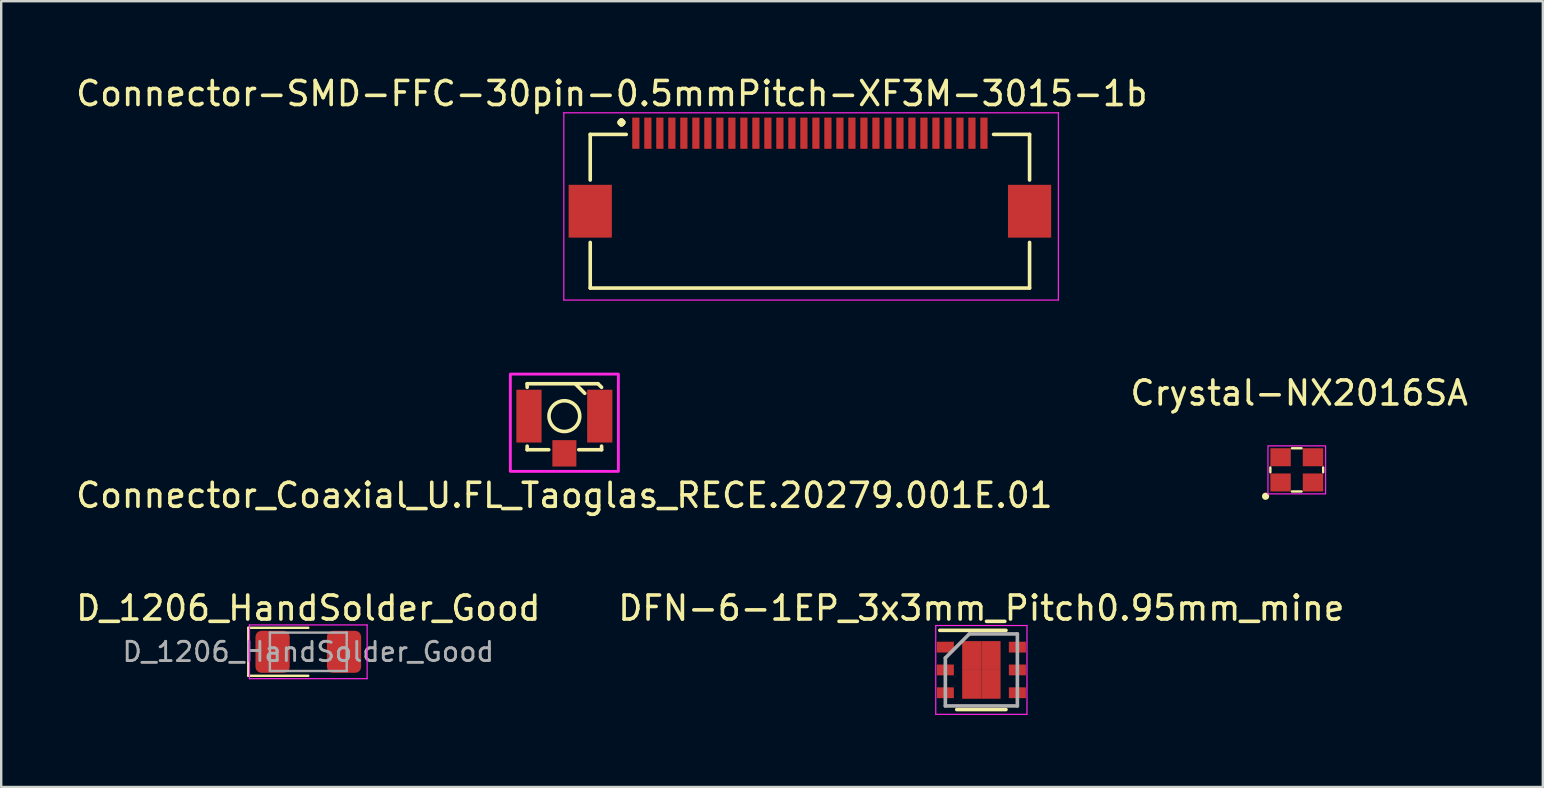
<source format=kicad_pcb>
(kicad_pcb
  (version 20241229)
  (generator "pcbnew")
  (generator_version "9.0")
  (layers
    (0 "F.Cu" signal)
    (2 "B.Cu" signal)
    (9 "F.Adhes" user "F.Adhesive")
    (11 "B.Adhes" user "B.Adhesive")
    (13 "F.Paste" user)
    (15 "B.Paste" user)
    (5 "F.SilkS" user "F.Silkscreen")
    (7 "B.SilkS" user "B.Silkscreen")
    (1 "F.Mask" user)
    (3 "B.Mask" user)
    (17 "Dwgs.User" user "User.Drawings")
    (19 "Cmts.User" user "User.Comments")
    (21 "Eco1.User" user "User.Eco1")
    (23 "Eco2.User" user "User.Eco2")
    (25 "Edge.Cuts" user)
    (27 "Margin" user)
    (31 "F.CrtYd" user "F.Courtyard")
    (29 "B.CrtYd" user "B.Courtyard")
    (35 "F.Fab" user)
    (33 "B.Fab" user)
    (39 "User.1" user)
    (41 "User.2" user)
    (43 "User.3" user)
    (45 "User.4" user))
  (footprint "D_1206_HandSolder_Good"
    (layer "F.Cu")
    (at 9.792 24.1)
    (property "Reference" "D_1206_HandSolder_Good" (at 0 -1.82 180) (layer "F.SilkS") (effects (font (size 1 1) (thickness 0.15))))
    (attr smd)
    (fp_line (start -2.5 -1) (end -2.5 1) (stroke (width 0.1) (type solid)) (layer "F.SilkS"))
    (fp_line (start -2.5 1) (end 0 1) (stroke (width 0.1) (type solid)) (layer "F.SilkS"))
    (fp_line (start 0 -1) (end -2.5 -1) (stroke (width 0.1) (type solid)) (layer "F.SilkS"))
    (fp_line (start -2.45 -1.12) (end 2.45 -1.12) (stroke (width 0.05) (type solid)) (layer "F.CrtYd"))
    (fp_line (start -2.45 1.12) (end -2.45 -1.12) (stroke (width 0.05) (type solid)) (layer "F.CrtYd"))
    (fp_line (start 2.45 -1.12) (end 2.45 1.12) (stroke (width 0.05) (type solid)) (layer "F.CrtYd"))
    (fp_line (start 2.45 1.12) (end -2.45 1.12) (stroke (width 0.05) (type solid)) (layer "F.CrtYd"))
    (fp_line (start -1.6 -0.8) (end 1.6 -0.8) (stroke (width 0.1) (type solid)) (layer "F.Fab"))
    (fp_line (start -1.6 0.8) (end -1.6 -0.8) (stroke (width 0.1) (type solid)) (layer "F.Fab"))
    (fp_line (start 1.6 -0.8) (end 1.6 0.8) (stroke (width 0.1) (type solid)) (layer "F.Fab"))
    (fp_line (start 1.6 0.8) (end -1.6 0.8) (stroke (width 0.1) (type solid)) (layer "F.Fab"))
    (fp_text user "${REFERENCE}" (at 0 0 180) (layer "F.Fab") (effects (font (size 0.8 0.8) (thickness 0.12))))
    (pad "1" smd roundrect (at -1.488 0) (size 1.425 1.75) (layers "F.Cu" "F.Mask" "F.Paste") (roundrect_rratio 0.175))
    (pad "2" smd roundrect (at 1.488 0) (size 1.425 1.75) (layers "F.Cu" "F.Mask" "F.Paste") (roundrect_rratio 0.175)))
  (footprint "Connector_Coaxial_U.FL_Taoglas_RECE.20279.001E.01"
    (layer "F.Cu")
    (at 20.458 14.283)
    (property "Reference" "Connector_Coaxial_U.FL_Taoglas_RECE.20279.001E.01" (at 0 3.3 0) (unlocked yes) (layer "F.SilkS") (effects (font (size 1 1) (thickness 0.15))))
    (attr smd)
    (fp_line (start -1.55 -1.35) (end -1.55 -1.2) (stroke (width 0.15) (type solid)) (layer "F.SilkS"))
    (fp_line (start -1.55 1.25) (end -1.55 1.4) (stroke (width 0.15) (type solid)) (layer "F.SilkS"))
    (fp_line (start -1.55 1.4) (end -0.65 1.4) (stroke (width 0.15) (type solid)) (layer "F.SilkS"))
    (fp_line (start 0.45 -1.35) (end 0.85 -0.95) (stroke (width 0.15) (type solid)) (layer "F.SilkS"))
    (fp_line (start 0.6 1.4) (end 1.55 1.4) (stroke (width 0.15) (type solid)) (layer "F.SilkS"))
    (fp_line (start 1.4 -1.35) (end -1.55 -1.35) (stroke (width 0.15) (type solid)) (layer "F.SilkS"))
    (fp_line (start 1.55 -1.2) (end 1.4 -1.35) (stroke (width 0.15) (type solid)) (layer "F.SilkS"))
    (fp_line (start 1.55 1.4) (end 1.55 1.25) (stroke (width 0.15) (type solid)) (layer "F.SilkS"))
    (fp_circle (center 0 0) (end 0.5 0.4) (stroke (width 0.15) (type solid)) (fill no) (layer "F.SilkS"))
    (fp_rect (start -2.25 -1.75) (end 2.25 2.3) (stroke (width 0.12) (type solid)) (fill no) (layer "F.CrtYd"))
    (pad "1" smd rect (at 0 1.55) (size 1 1.1) (layers "F.Cu" "F.Mask" "F.Paste"))
    (pad "2" smd rect (at -1.475 0) (size 1.05 2.2) (layers "F.Cu" "F.Mask" "F.Paste"))
    (pad "2" smd rect (at 1.475 0) (size 1.05 2.2) (layers "F.Cu" "F.Mask" "F.Paste")))
  (footprint "Crystal-NX2016SA"
    (layer "F.Cu")
    (at 50.965 16.521)
    (property "Reference" "Crystal-NX2016SA" (at 0.1 -3.2 0) (unlocked yes) (layer "F.SilkS") (effects (font (size 1 1) (thickness 0.15))))
    (attr smd)
    (fp_line (start -1.1 0.1) (end -1.1 -0.1) (stroke (width 0.1) (type default)) (layer "F.SilkS"))
    (fp_line (start -0.2 -0.9) (end 0.2 -0.9) (stroke (width 0.1) (type default)) (layer "F.SilkS"))
    (fp_line (start -0.2 0.9) (end 0.2 0.9) (stroke (width 0.1) (type default)) (layer "F.SilkS"))
    (fp_line (start 1.1 0.1) (end 1.1 -0.1) (stroke (width 0.1) (type default)) (layer "F.SilkS"))
    (fp_circle (center -1.3 1.1) (end -1.2 1.1) (stroke (width 0.1) (type solid)) (fill yes) (layer "F.SilkS"))
    (fp_rect (start -1.2 -1) (end 1.2 1) (stroke (width 0.05) (type default)) (fill no) (layer "F.CrtYd"))
    (pad "1" smd rect (at -0.675 0.525) (size 0.85 0.75) (layers "F.Cu" "F.Mask" "F.Paste"))
    (pad "2" smd rect (at 0.675 0.525) (size 0.85 0.75) (layers "F.Cu" "F.Mask" "F.Paste"))
    (pad "3" smd rect (at 0.675 -0.525) (size 0.85 0.75) (layers "F.Cu" "F.Mask" "F.Paste"))
    (pad "4" smd rect (at -0.675 -0.525) (size 0.85 0.75) (layers "F.Cu" "F.Mask" "F.Paste")))
  (footprint "Connector-SMD-FFC-30pin-0.5mmPitch-XF3M-3015-1b"
    (layer "F.Cu")
    (at 23.435 3.148)
    (property "Reference" "Connector-SMD-FFC-30pin-0.5mmPitch-XF3M-3015-1b" (at -1 -2.3 0) (layer "F.SilkS") (effects (font (size 1 1) (thickness 0.15))))
    (attr through_hole)
    (fp_line (start -1.9 -0.6) (end -1.9 1.3) (stroke (width 0.15) (type solid)) (layer "F.SilkS"))
    (fp_line (start -1.9 3.9) (end -1.9 5.8) (stroke (width 0.15) (type solid)) (layer "F.SilkS"))
    (fp_line (start -1.9 5.8) (end 16.4 5.8) (stroke (width 0.15) (type solid)) (layer "F.SilkS"))
    (fp_line (start -0.4 -0.6) (end -1.9 -0.6) (stroke (width 0.15) (type solid)) (layer "F.SilkS"))
    (fp_line (start 16.4 -0.6) (end 14.9 -0.6) (stroke (width 0.15) (type solid)) (layer "F.SilkS"))
    (fp_line (start 16.4 1.3) (end 16.4 -0.6) (stroke (width 0.15) (type solid)) (layer "F.SilkS"))
    (fp_line (start 16.4 5.8) (end 16.4 3.9) (stroke (width 0.15) (type solid)) (layer "F.SilkS"))
    (fp_line (start -3 -1.5) (end -3 6.3) (stroke (width 0.05) (type solid)) (layer "F.CrtYd"))
    (fp_line (start -3 6.3) (end 17.6 6.3) (stroke (width 0.05) (type solid)) (layer "F.CrtYd"))
    (fp_line (start 17.6 -1.5) (end -3 -1.5) (stroke (width 0.05) (type solid)) (layer "F.CrtYd"))
    (fp_line (start 17.6 6.3) (end 17.6 -1.5) (stroke (width 0.05) (type solid)) (layer "F.CrtYd"))
    (fp_text user "." (at -0.6 -1.5 0) (layer "F.SilkS") (effects (font (size 1 1) (thickness 0.25))))
    (pad "1" smd rect (at 0 -0.65) (size 0.3 1.3) (layers "F.Cu" "F.Mask" "F.Paste"))
    (pad "2" smd rect (at 0.5 -0.65) (size 0.3 1.3) (layers "F.Cu" "F.Mask" "F.Paste"))
    (pad "3" smd rect (at 1 -0.65) (size 0.3 1.3) (layers "F.Cu" "F.Mask" "F.Paste"))
    (pad "4" smd rect (at 1.5 -0.65) (size 0.3 1.3) (layers "F.Cu" "F.Mask" "F.Paste"))
    (pad "5" smd rect (at 2 -0.65) (size 0.3 1.3) (layers "F.Cu" "F.Mask" "F.Paste"))
    (pad "6" smd rect (at 2.5 -0.65) (size 0.3 1.3) (layers "F.Cu" "F.Mask" "F.Paste"))
    (pad "7" smd rect (at 3 -0.65) (size 0.3 1.3) (layers "F.Cu" "F.Mask" "F.Paste"))
    (pad "8" smd rect (at 3.5 -0.65) (size 0.3 1.3) (layers "F.Cu" "F.Mask" "F.Paste"))
    (pad "9" smd rect (at 4 -0.65) (size 0.3 1.3) (layers "F.Cu" "F.Mask" "F.Paste"))
    (pad "10" smd rect (at 4.5 -0.65) (size 0.3 1.3) (layers "F.Cu" "F.Mask" "F.Paste"))
    (pad "11" smd rect (at 5 -0.65) (size 0.3 1.3) (layers "F.Cu" "F.Mask" "F.Paste"))
    (pad "12" smd rect (at 5.5 -0.65) (size 0.3 1.3) (layers "F.Cu" "F.Mask" "F.Paste"))
    (pad "13" smd rect (at 6 -0.65) (size 0.3 1.3) (layers "F.Cu" "F.Mask" "F.Paste"))
    (pad "14" smd rect (at 6.5 -0.65) (size 0.3 1.3) (layers "F.Cu" "F.Mask" "F.Paste"))
    (pad "15" smd rect (at 7 -0.65) (size 0.3 1.3) (layers "F.Cu" "F.Mask" "F.Paste"))
    (pad "16" smd rect (at 7.5 -0.65) (size 0.3 1.3) (layers "F.Cu" "F.Mask" "F.Paste"))
    (pad "17" smd rect (at 8 -0.65) (size 0.3 1.3) (layers "F.Cu" "F.Mask" "F.Paste"))
    (pad "18" smd rect (at 8.5 -0.65) (size 0.3 1.3) (layers "F.Cu" "F.Mask" "F.Paste"))
    (pad "19" smd rect (at 9 -0.65) (size 0.3 1.3) (layers "F.Cu" "F.Mask" "F.Paste"))
    (pad "20" smd rect (at 9.5 -0.65) (size 0.3 1.3) (layers "F.Cu" "F.Mask" "F.Paste"))
    (pad "21" smd rect (at 10 -0.65) (size 0.3 1.3) (layers "F.Cu" "F.Mask" "F.Paste"))
    (pad "22" smd rect (at 10.5 -0.65) (size 0.3 1.3) (layers "F.Cu" "F.Mask" "F.Paste"))
    (pad "23" smd rect (at 11 -0.65) (size 0.3 1.3) (layers "F.Cu" "F.Mask" "F.Paste"))
    (pad "24" smd rect (at 11.5 -0.65) (size 0.3 1.3) (layers "F.Cu" "F.Mask" "F.Paste"))
    (pad "25" smd rect (at 12 -0.65) (size 0.3 1.3) (layers "F.Cu" "F.Mask" "F.Paste"))
    (pad "26" smd rect (at 12.5 -0.65) (size 0.3 1.3) (layers "F.Cu" "F.Mask" "F.Paste"))
    (pad "27" smd rect (at 13 -0.65) (size 0.3 1.3) (layers "F.Cu" "F.Mask" "F.Paste"))
    (pad "28" smd rect (at 13.5 -0.65) (size 0.3 1.3) (layers "F.Cu" "F.Mask" "F.Paste"))
    (pad "29" smd rect (at 14 -0.65) (size 0.3 1.3) (layers "F.Cu" "F.Mask" "F.Paste"))
    (pad "30" smd rect (at 14.5 -0.65) (size 0.3 1.3) (layers "F.Cu" "F.Mask" "F.Paste"))
    (pad "~" smd rect (at -1.9 2.6) (size 1.8 2.2) (layers "F.Cu" "F.Mask" "F.Paste"))
    (pad "~" smd rect (at 16.4 2.6) (size 1.8 2.2) (layers "F.Cu" "F.Mask" "F.Paste")))
  (footprint "DFN-6-1EP_3x3mm_Pitch0.95mm_mine"
    (layer "F.Cu")
    (at 37.827 24.855)
    (property "Reference" "DFN-6-1EP_3x3mm_Pitch0.95mm_mine" (at 0 -2.575 0) (layer "F.SilkS") (effects (font (size 1 1) (thickness 0.15))))
    (attr smd)
    (fp_line (start -1.73 -1.65) (end 1.025 -1.65) (stroke (width 0.15) (type solid)) (layer "F.SilkS"))
    (fp_line (start -1.025 1.65) (end 1.025 1.65) (stroke (width 0.15) (type solid)) (layer "F.SilkS"))
    (fp_line (start -1.9 -1.85) (end -1.9 1.85) (stroke (width 0.05) (type solid)) (layer "F.CrtYd"))
    (fp_line (start -1.9 -1.85) (end 1.9 -1.85) (stroke (width 0.05) (type solid)) (layer "F.CrtYd"))
    (fp_line (start -1.9 1.85) (end 1.9 1.85) (stroke (width 0.05) (type solid)) (layer "F.CrtYd"))
    (fp_line (start 1.9 -1.85) (end 1.9 1.85) (stroke (width 0.05) (type solid)) (layer "F.CrtYd"))
    (fp_line (start -1.5 -0.5) (end -0.5 -1.5) (stroke (width 0.15) (type solid)) (layer "F.Fab"))
    (fp_line (start -1.5 1.5) (end -1.5 -0.5) (stroke (width 0.15) (type solid)) (layer "F.Fab"))
    (fp_line (start -0.5 -1.5) (end 1.5 -1.5) (stroke (width 0.15) (type solid)) (layer "F.Fab"))
    (fp_line (start 1.5 -1.5) (end 1.5 1.5) (stroke (width 0.15) (type solid)) (layer "F.Fab"))
    (fp_line (start 1.5 1.5) (end -1.5 1.5) (stroke (width 0.15) (type solid)) (layer "F.Fab"))
    (pad "1" smd rect (at -1.5 -0.95) (size 0.71 0.45) (layers "F.Cu" "F.Mask" "F.Paste"))
    (pad "2" smd rect (at -1.5 0) (size 0.71 0.45) (layers "F.Cu" "F.Mask" "F.Paste"))
    (pad "3" smd rect (at -1.5 0.95) (size 0.71 0.45) (layers "F.Cu" "F.Mask" "F.Paste"))
    (pad "4" smd rect (at 1.5 0.95) (size 0.71 0.45) (layers "F.Cu" "F.Mask" "F.Paste"))
    (pad "5" smd rect (at 1.5 0) (size 0.71 0.45) (layers "F.Cu" "F.Mask" "F.Paste"))
    (pad "6" smd rect (at 1.5 -0.95) (size 0.71 0.45) (layers "F.Cu" "F.Mask" "F.Paste"))
    (pad "7" smd rect (at -0.4 -0.6) (size 0.8 1.2) (layers "F.Cu" "F.Mask" "F.Paste"))
    (pad "7" smd rect (at -0.4 0.6) (size 0.8 1.2) (layers "F.Cu" "F.Mask" "F.Paste"))
    (pad "7" smd rect (at 0.4 -0.6) (size 0.8 1.2) (layers "F.Cu" "F.Mask" "F.Paste"))
    (pad "7" smd rect (at 0.4 0.6) (size 0.8 1.2) (layers "F.Cu" "F.Mask" "F.Paste")))
  (gr_rect
    (start -3 -3)
    (end 61.214 29.73)
    (stroke (width 0.1) (type default))
    (fill no)
    (layer "Edge.Cuts")))
</source>
